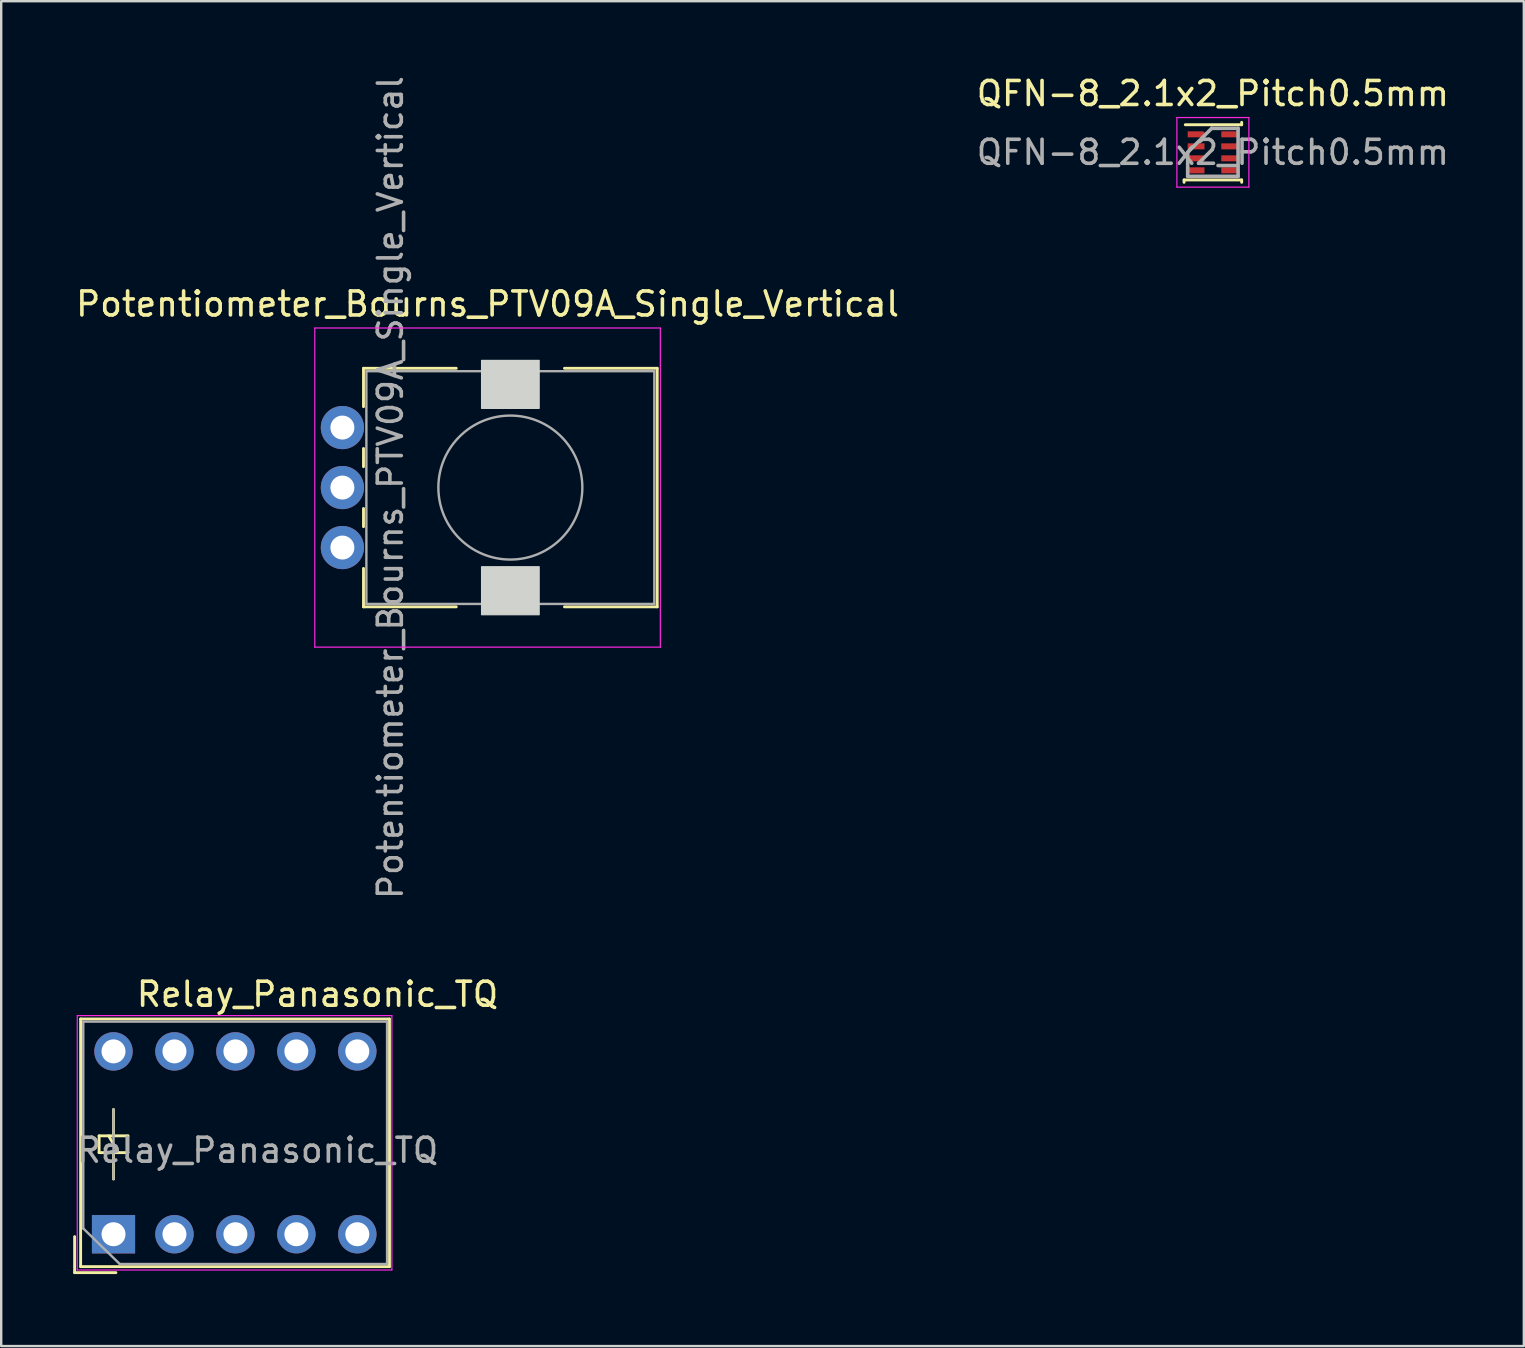
<source format=kicad_pcb>
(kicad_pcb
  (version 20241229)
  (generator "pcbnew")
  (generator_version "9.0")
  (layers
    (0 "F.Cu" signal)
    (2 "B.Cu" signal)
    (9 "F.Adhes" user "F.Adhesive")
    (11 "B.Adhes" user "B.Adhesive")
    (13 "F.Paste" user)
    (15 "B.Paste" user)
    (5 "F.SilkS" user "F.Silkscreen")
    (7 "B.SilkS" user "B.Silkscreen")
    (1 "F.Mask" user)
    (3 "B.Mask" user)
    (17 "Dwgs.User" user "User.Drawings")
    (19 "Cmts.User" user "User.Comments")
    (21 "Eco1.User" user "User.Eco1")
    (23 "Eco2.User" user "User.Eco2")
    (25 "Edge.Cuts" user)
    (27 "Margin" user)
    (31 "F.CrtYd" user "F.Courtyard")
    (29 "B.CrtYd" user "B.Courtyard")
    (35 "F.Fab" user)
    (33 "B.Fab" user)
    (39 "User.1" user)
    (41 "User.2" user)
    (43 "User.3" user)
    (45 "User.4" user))
  (footprint "Relay_Panasonic_TQ"
    (layer "F.Cu")
    (at 1.68 48.384)
    (property "Reference" "Relay_Panasonic_TQ" (at 8.5 -10 0) (layer "F.SilkS") (effects (font (size 1 1) (thickness 0.15))))
    (attr through_hole)
    (fp_line (start -1.62 1.6) (end -1.62 0.1) (stroke (width 0.12) (type solid)) (layer "F.SilkS"))
    (fp_line (start -1.37 -8.97) (end 11.5 -8.97) (stroke (width 0.12) (type solid)) (layer "F.SilkS"))
    (fp_line (start -1.37 1.35) (end -1.37 -8.97) (stroke (width 0.12) (type solid)) (layer "F.SilkS"))
    (fp_line (start -0.6 -4.1) (end -0.6 -3.4) (stroke (width 0.12) (type solid)) (layer "F.SilkS"))
    (fp_line (start -0.6 -3.4) (end 0.6 -3.4) (stroke (width 0.12) (type solid)) (layer "F.SilkS"))
    (fp_line (start 0 -4.1) (end 0 -5.2) (stroke (width 0.12) (type solid)) (layer "F.SilkS"))
    (fp_line (start 0 -3.4) (end 0 -2.3) (stroke (width 0.12) (type solid)) (layer "F.SilkS"))
    (fp_line (start 0.1 1.6) (end -1.62 1.6) (stroke (width 0.12) (type solid)) (layer "F.SilkS"))
    (fp_line (start 0.2 -3.4) (end -0.2 -4.1) (stroke (width 0.12) (type solid)) (layer "F.SilkS"))
    (fp_line (start 0.6 -4.1) (end -0.6 -4.1) (stroke (width 0.12) (type solid)) (layer "F.SilkS"))
    (fp_line (start 0.6 -3.4) (end 0.6 -4.1) (stroke (width 0.12) (type solid)) (layer "F.SilkS"))
    (fp_line (start 11.5 -8.97) (end 11.5 1.35) (stroke (width 0.12) (type solid)) (layer "F.SilkS"))
    (fp_line (start 11.5 1.35) (end -1.37 1.35) (stroke (width 0.12) (type solid)) (layer "F.SilkS"))
    (fp_line (start -1.51 -9.11) (end -1.51 1.49) (stroke (width 0.05) (type solid)) (layer "F.CrtYd"))
    (fp_line (start -1.51 -9.11) (end 11.6 -9.11) (stroke (width 0.05) (type solid)) (layer "F.CrtYd"))
    (fp_line (start 11.6 1.49) (end -1.51 1.49) (stroke (width 0.05) (type solid)) (layer "F.CrtYd"))
    (fp_line (start 11.6 1.49) (end 11.6 -9.11) (stroke (width 0.05) (type solid)) (layer "F.CrtYd"))
    (fp_line (start -1.26 -8.86) (end 11.4 -8.86) (stroke (width 0.1) (type solid)) (layer "F.Fab"))
    (fp_line (start -1.26 -0.24) (end -1.26 -8.86) (stroke (width 0.1) (type solid)) (layer "F.Fab"))
    (fp_line (start 0 -2.3) (end 0 -5.2) (stroke (width 0.1) (type solid)) (layer "F.Fab"))
    (fp_line (start 0.26 1.24) (end -1.26 -0.24) (stroke (width 0.1) (type solid)) (layer "F.Fab"))
    (fp_line (start 11.4 -8.86) (end 11.4 1.24) (stroke (width 0.1) (type solid)) (layer "F.Fab"))
    (fp_line (start 11.4 1.24) (end 0.26 1.24) (stroke (width 0.1) (type solid)) (layer "F.Fab"))
    (fp_text user "${REFERENCE}" (at 6 -3.5 180) (layer "F.Fab") (effects (font (size 1 1) (thickness 0.15))))
    (pad "1" thru_hole rect (at 0 0 90) (size 1.6 1.8) (drill 1) (layers "*.Cu" "*.Mask"))
    (pad "2" thru_hole circle (at 2.54 0 90) (size 1.6 1.6) (drill 1) (layers "*.Cu" "*.Mask"))
    (pad "3" thru_hole circle (at 5.08 0 90) (size 1.6 1.6) (drill 1) (layers "*.Cu" "*.Mask"))
    (pad "4" thru_hole circle (at 7.62 0 90) (size 1.6 1.6) (drill 1) (layers "*.Cu" "*.Mask"))
    (pad "5" thru_hole circle (at 10.16 0 90) (size 1.6 1.6) (drill 1) (layers "*.Cu" "*.Mask"))
    (pad "6" thru_hole circle (at 10.16 -7.62 180) (size 1.6 1.6) (drill 1) (layers "*.Cu" "*.Mask"))
    (pad "7" thru_hole circle (at 7.62 -7.62 180) (size 1.6 1.6) (drill 1) (layers "*.Cu" "*.Mask"))
    (pad "8" thru_hole circle (at 5.08 -7.62 90) (size 1.6 1.6) (drill 1) (layers "*.Cu" "*.Mask"))
    (pad "9" thru_hole circle (at 2.54 -7.62 90) (size 1.6 1.6) (drill 1) (layers "*.Cu" "*.Mask"))
    (pad "10" thru_hole circle (at 0 -7.62 90) (size 1.6 1.6) (drill 1) (layers "*.Cu" "*.Mask")))
  (footprint "QFN-8_2.1x2_Pitch0.5mm"
    (layer "F.Cu")
    (at 47.494 3.298)
    (property "Reference" "QFN-8_2.1x2_Pitch0.5mm" (at 0 -2.45 0) (layer "F.SilkS") (effects (font (size 1 1) (thickness 0.15))))
    (attr smd)
    (fp_line (start -1.2 1.15) (end 1.2 1.15) (stroke (width 0.12) (type default)) (layer "F.SilkS"))
    (fp_line (start -1.2 1.25) (end -1.2 1.15) (stroke (width 0.12) (type default)) (layer "F.SilkS"))
    (fp_line (start -1.15 -1.15) (end 1.2 -1.15) (stroke (width 0.12) (type default)) (layer "F.SilkS"))
    (fp_line (start 1.2 -1.15) (end 1.2 -1.25) (stroke (width 0.12) (type default)) (layer "F.SilkS"))
    (fp_line (start 1.2 1.15) (end 1.2 1.25) (stroke (width 0.12) (type default)) (layer "F.SilkS"))
    (fp_line (start -1.5 -1.45) (end 1.5 -1.45) (stroke (width 0.05) (type default)) (layer "F.CrtYd"))
    (fp_line (start -1.5 1.45) (end -1.5 -1.45) (stroke (width 0.05) (type default)) (layer "F.CrtYd"))
    (fp_line (start 1.5 -1.45) (end 1.5 1.45) (stroke (width 0.05) (type default)) (layer "F.CrtYd"))
    (fp_line (start 1.5 1.45) (end -1.5 1.45) (stroke (width 0.05) (type default)) (layer "F.CrtYd"))
    (fp_line (start -1.05 0) (end -1.05 1) (stroke (width 0.15) (type default)) (layer "F.Fab"))
    (fp_line (start -1.05 1) (end 1.05 1) (stroke (width 0.15) (type default)) (layer "F.Fab"))
    (fp_line (start -0.05 -1) (end -1.05 0) (stroke (width 0.15) (type default)) (layer "F.Fab"))
    (fp_line (start 1.05 -1) (end -0.05 -1) (stroke (width 0.15) (type default)) (layer "F.Fab"))
    (fp_line (start 1.05 1) (end 1.05 -1) (stroke (width 0.15) (type default)) (layer "F.Fab"))
    (fp_text user "${REFERENCE}" (at 0 0 0) (layer "F.Fab") (effects (font (size 1 1) (thickness 0.15))))
    (pad "1" smd roundrect (at -0.675 -0.75 90) (size 0.25 0.75) (layers "F.Cu" "F.Mask" "F.Paste") (roundrect_rratio 0) (chamfer_ratio 0.4) (chamfer bottom_right))
    (pad "2" smd rect (at -0.7 -0.25 90) (size 0.25 0.7) (layers "F.Cu" "F.Mask" "F.Paste"))
    (pad "3" smd rect (at -0.7 0.25 90) (size 0.25 0.7) (layers "F.Cu" "F.Mask" "F.Paste"))
    (pad "4" smd rect (at -0.7 0.75 90) (size 0.25 0.7) (layers "F.Cu" "F.Mask" "F.Paste"))
    (pad "5" smd rect (at 0.7 0.75 90) (size 0.25 0.7) (layers "F.Cu" "F.Mask" "F.Paste"))
    (pad "6" smd rect (at 0.7 0.25 90) (size 0.25 0.7) (layers "F.Cu" "F.Mask" "F.Paste"))
    (pad "7" smd rect (at 0.7 -0.25 90) (size 0.25 0.7) (layers "F.Cu" "F.Mask" "F.Paste"))
    (pad "8" smd rect (at 0.7 -0.75 90) (size 0.25 0.7) (layers "F.Cu" "F.Mask" "F.Paste")))
  (footprint "Potentiometer_Bourns_PTV09A_Single_Vertical"
    (layer "F.Cu")
    (at 18.218 17.268)
    (property "Reference" "Potentiometer_Bourns_PTV09A_Single_Vertical" (at -0.95 -7.65 0) (layer "F.SilkS") (effects (font (size 1 1) (thickness 0.15))))
    (attr through_hole)
    (fp_line (start -6.12 -4.97) (end -6.12 -3.371) (stroke (width 0.12) (type solid)) (layer "F.SilkS"))
    (fp_line (start -6.12 -4.97) (end -2.255 -4.97) (stroke (width 0.12) (type solid)) (layer "F.SilkS"))
    (fp_line (start -6.12 -1.629) (end -6.12 -0.87) (stroke (width 0.12) (type solid)) (layer "F.SilkS"))
    (fp_line (start -6.12 0.871) (end -6.12 1.63) (stroke (width 0.12) (type solid)) (layer "F.SilkS"))
    (fp_line (start -6.12 3.37) (end -6.12 4.97) (stroke (width 0.12) (type solid)) (layer "F.SilkS"))
    (fp_line (start -6.12 4.97) (end -2.255 4.97) (stroke (width 0.12) (type solid)) (layer "F.SilkS"))
    (fp_line (start 2.255 -4.97) (end 6.12 -4.97) (stroke (width 0.12) (type solid)) (layer "F.SilkS"))
    (fp_line (start 2.255 4.97) (end 6.12 4.97) (stroke (width 0.12) (type solid)) (layer "F.SilkS"))
    (fp_line (start 6.12 -4.97) (end 6.12 4.97) (stroke (width 0.12) (type solid)) (layer "F.SilkS"))
    (fp_rect (start -1.2 -5.3) (end 1.2 -3.3) (stroke (width 0.05) (type solid)) (fill yes) (layer "Edge.Cuts"))
    (fp_rect (start -1.2 5.3) (end 1.2 3.3) (stroke (width 0.05) (type solid)) (fill yes) (layer "Edge.Cuts"))
    (fp_line (start -8.15 -6.65) (end -8.15 6.65) (stroke (width 0.05) (type solid)) (layer "F.CrtYd"))
    (fp_line (start -8.15 6.65) (end 6.25 6.65) (stroke (width 0.05) (type solid)) (layer "F.CrtYd"))
    (fp_line (start 6.25 -6.65) (end -8.15 -6.65) (stroke (width 0.05) (type solid)) (layer "F.CrtYd"))
    (fp_line (start 6.25 6.65) (end 6.25 -6.65) (stroke (width 0.05) (type solid)) (layer "F.CrtYd"))
    (fp_line (start -6 -4.85) (end -6 4.85) (stroke (width 0.1) (type solid)) (layer "F.Fab"))
    (fp_line (start -6 4.85) (end 6 4.85) (stroke (width 0.1) (type solid)) (layer "F.Fab"))
    (fp_line (start 6 -4.85) (end -6 -4.85) (stroke (width 0.1) (type solid)) (layer "F.Fab"))
    (fp_line (start 6 4.85) (end 6 -4.85) (stroke (width 0.1) (type solid)) (layer "F.Fab"))
    (fp_circle (center 0 0) (end 3 0) (stroke (width 0.1) (type solid)) (fill no) (layer "F.Fab"))
    (fp_text user "${REFERENCE}" (at -5 0 90) (layer "F.Fab") (effects (font (size 1 1) (thickness 0.15))))
    (pad "1" thru_hole circle (at -7 2.5) (size 1.8 1.8) (drill 1) (layers "*.Cu" "*.Mask"))
    (pad "2" thru_hole circle (at -7 0) (size 1.8 1.8) (drill 1) (layers "*.Cu" "*.Mask"))
    (pad "3" thru_hole circle (at -7 -2.5) (size 1.8 1.8) (drill 1) (layers "*.Cu" "*.Mask")))
  (gr_rect
    (start -3 -3)
    (end 60.452 53.044)
    (stroke (width 0.1) (type default))
    (fill no)
    (layer "Edge.Cuts")))
</source>
